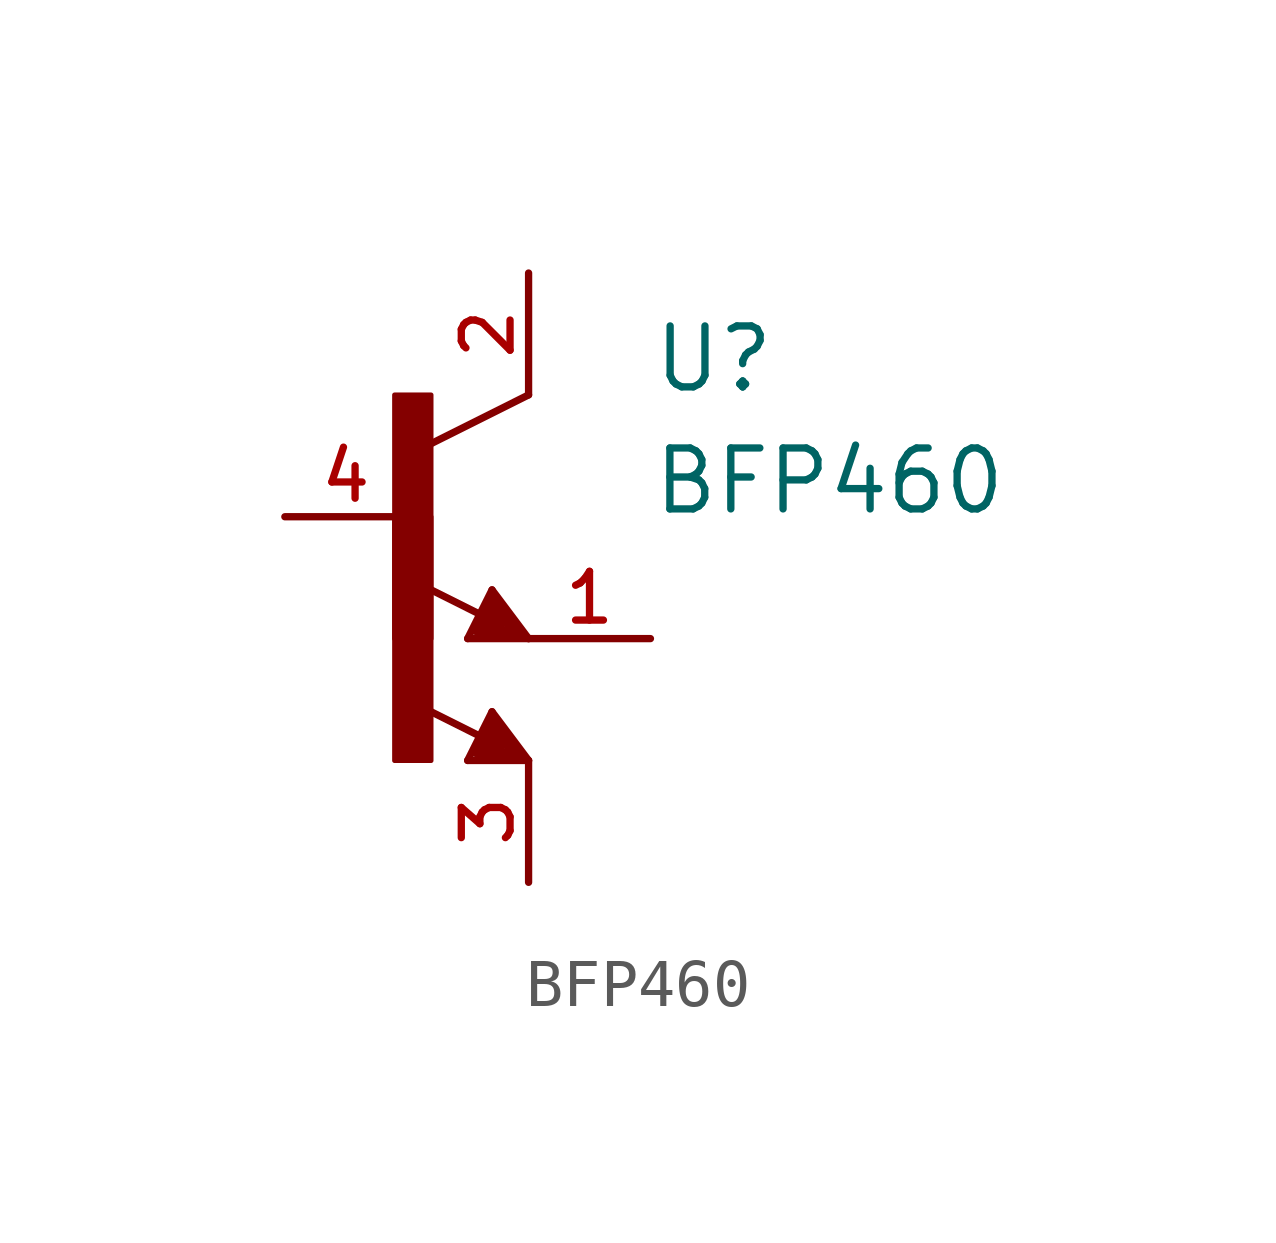
<source format=kicad_sym>
(kicad_symbol_lib
  (version 20211014)
  (generator kicad_symbol_editor)
  (symbol "BFP460"
    (pin_names
      (offset 1.016))
    (property "Reference" "U"
      (at 5.088 2.544 0)
      (effects (font (size 1.27 1.27)) (justify bottom left)))
    (property "Value" "BFP460"
      (at 5.083 0.0 0)
      (effects (font (size 1.27 1.27)) (justify bottom left)))
    (symbol "BFP460_0_0"
      (polyline (pts (xy 2.54 2.54) (xy 0.508 1.524)) (stroke (width 0.152)))
      (polyline (pts (xy 1.778 -1.524) (xy 2.54 -2.54)) (stroke (width 0.152)))
      (polyline (pts (xy 2.54 -2.54) (xy 1.27 -2.54)) (stroke (width 0.152)))
      (polyline (pts (xy 1.27 -2.54) (xy 1.778 -1.524)) (stroke (width 0.152)))
      (polyline (pts (xy 1.524 -2.413) (xy 2.286 -2.413)) (stroke (width 0.254)))
      (polyline (pts (xy 2.286 -2.413) (xy 1.778 -1.778)) (stroke (width 0.254)))
      (polyline (pts (xy 1.778 -1.778) (xy 1.524 -2.286)) (stroke (width 0.254)))
      (polyline (pts (xy 1.524 -2.286) (xy 1.905 -2.286)) (stroke (width 0.254)))
      (polyline (pts (xy 1.905 -2.286) (xy 1.778 -2.032)) (stroke (width 0.254)))
      (polyline (pts (xy 1.54 -2.04) (xy 0.308 -1.424)) (stroke (width 0.152)))
      (polyline (pts (xy 1.778 -4.064) (xy 2.54 -5.08)) (stroke (width 0.152)))
      (polyline (pts (xy 2.54 -5.08) (xy 1.27 -5.08)) (stroke (width 0.152)))
      (polyline (pts (xy 1.27 -5.08) (xy 1.778 -4.064)) (stroke (width 0.152)))
      (polyline (pts (xy 1.524 -4.953) (xy 2.286 -4.953)) (stroke (width 0.254)))
      (polyline (pts (xy 2.286 -4.953) (xy 1.778 -4.318)) (stroke (width 0.254)))
      (polyline (pts (xy 1.778 -4.318) (xy 1.524 -4.826)) (stroke (width 0.254)))
      (polyline (pts (xy 1.524 -4.826) (xy 1.905 -4.826)) (stroke (width 0.254)))
      (polyline (pts (xy 1.905 -4.826) (xy 1.778 -4.572)) (stroke (width 0.254)))
      (polyline (pts (xy 1.54 -4.58) (xy 0.308 -3.964)) (stroke (width 0.152)))
      (rectangle (start -0.254 -2.543) (end 0.508 2.54) (stroke (width 0.1)) (fill (type outline)))
      (rectangle (start -0.254 -5.083) (end 0.508 0.0) (stroke (width 0.1)) (fill (type outline)))
      (pin passive line (at -2.54 0.0 0) (length 2.54) (name "~" (effects (font (size 1.016 1.016)))) (number "4" (effects (font (size 1.016 1.016)))))
      (pin passive line (at 2.54 -2.54 0) (length 2.54) (name "~" (effects (font (size 1.016 1.016)))) (number "1" (effects (font (size 1.016 1.016)))))
      (pin passive line (at 2.54 5.08 270.0) (length 2.54) (name "~" (effects (font (size 1.016 1.016)))) (number "2" (effects (font (size 1.016 1.016)))))
      (pin passive line (at 2.54 -5.08 270.0) (length 2.54) (name "~" (effects (font (size 1.016 1.016)))) (number "3" (effects (font (size 1.016 1.016))))))))
</source>
